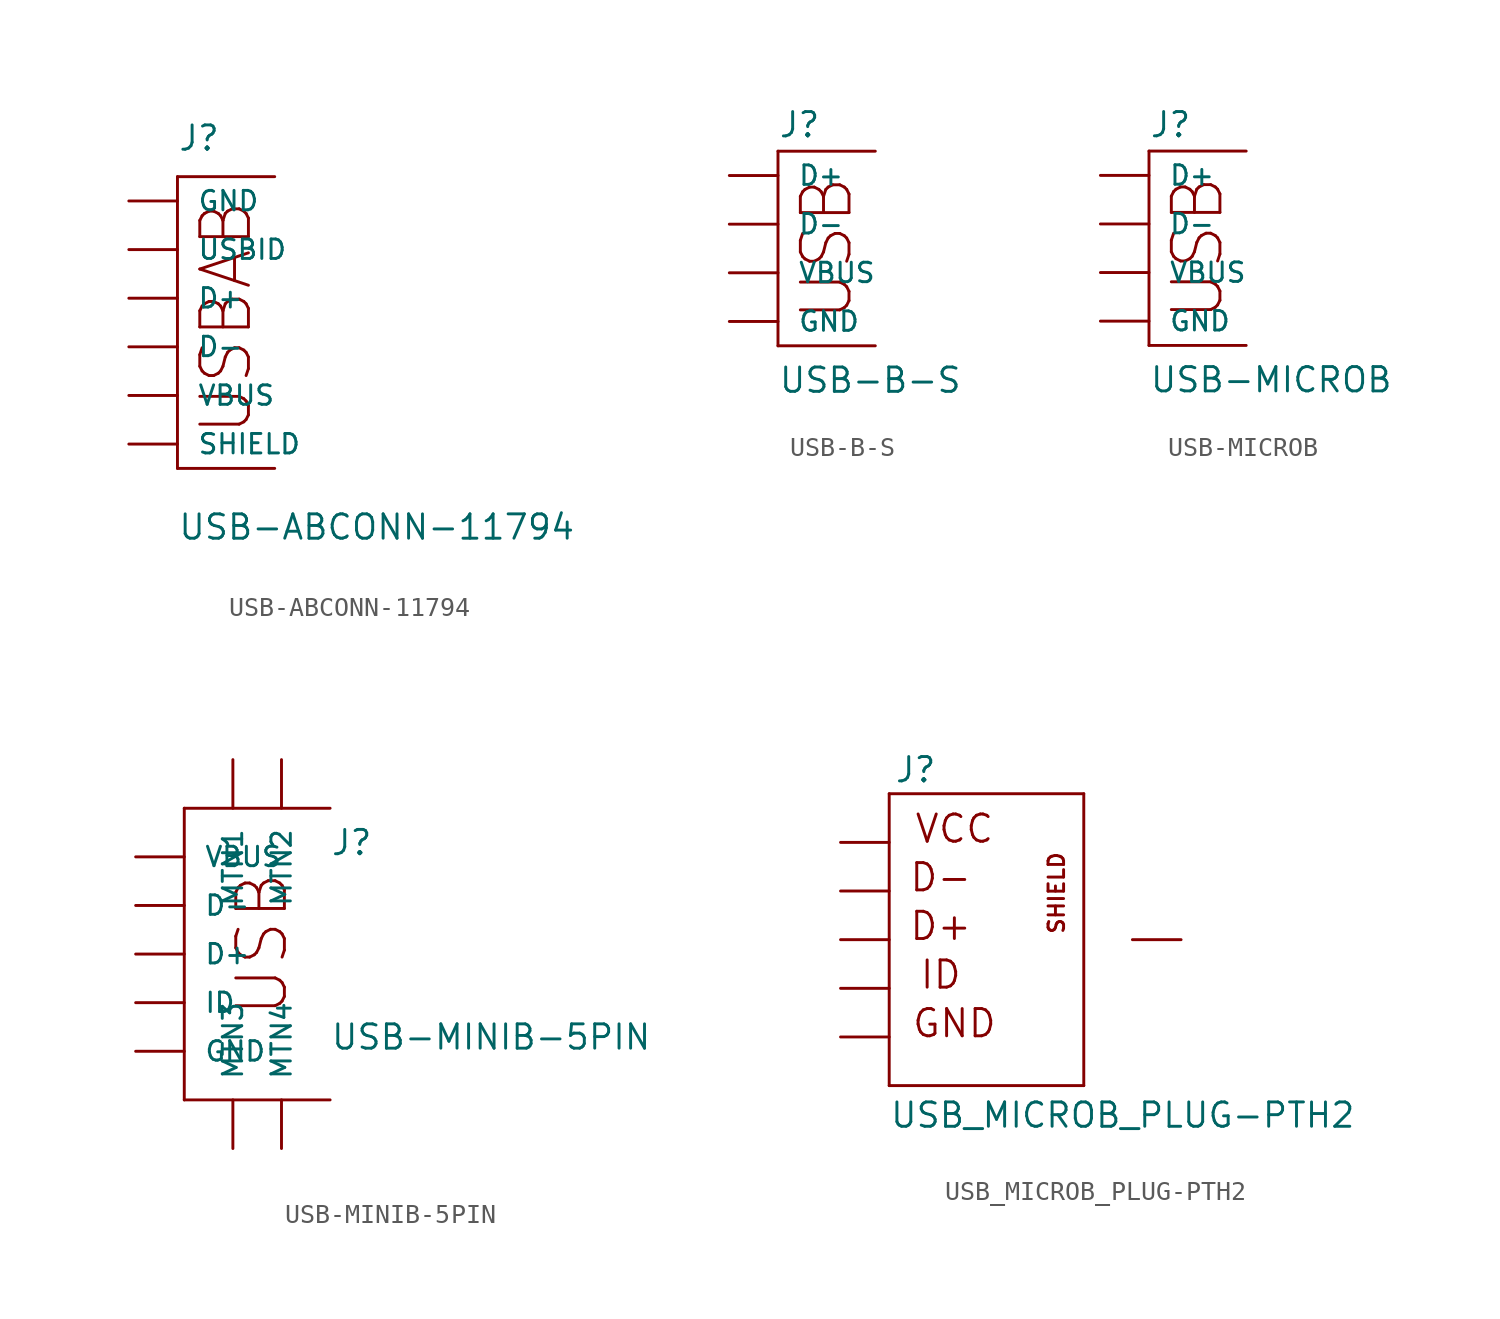
<source format=kicad_sym>
(kicad_symbol_lib
  (version 20211014)
  (generator kicad_symbol_editor)
  (symbol "USB-ABCONN-11794"
    (pin_numbers hide)
    (pin_names
      (offset 1.016))
    (property "Reference" "J"
      (at -2.54 7.62 0)
      (effects (font (size 1.27 1.27)) (justify left bottom)))
    (property "Value" "USB-ABCONN-11794"
      (at -2.54 -12.7 0)
      (effects (font (size 1.27 1.27)) (justify left bottom)))
    (property "Datasheet" ""
      (at 0 0 0)
      (effects (font (size 1.524 1.524))))
    (property "ki_locked" ""
      (at 0 0 0)
      (effects (font (size 1.27 1.27))))
    (symbol "USB-ABCONN-11794_1_0"
      (polyline (pts (xy -2.54 -8.89) (xy 2.54 -8.89)) (stroke (width 0) (type default) (color 0 0 0 0)) (fill (type none)))
      (polyline (pts (xy -2.54 6.35) (xy -2.54 -8.89)) (stroke (width 0) (type default) (color 0 0 0 0)) (fill (type none)))
      (polyline (pts (xy 2.54 6.35) (xy -2.54 6.35)) (stroke (width 0) (type default) (color 0 0 0 0)) (fill (type none)))
      (text "USBAB" (at 0 -1.016 900) (effects (font (size 2.54 2.54)))))
    (symbol "USB-ABCONN-11794_1_1"
      (pin bidirectional line (at -5.08 0 0) (length 2.54) (name "D+" (effects (font (size 1.016 1.016)))) (number "D+1" (effects (font (size 1.016 1.016)))))
      (pin bidirectional line (at -5.08 -2.54 0) (length 2.54) (name "D-" (effects (font (size 1.016 1.016)))) (number "D-1" (effects (font (size 1.016 1.016)))))
      (pin bidirectional line (at -5.08 5.08 0) (length 2.54) (name "GND" (effects (font (size 1.016 1.016)))) (number "GND1" (effects (font (size 1.016 1.016)))))
      (pin bidirectional line (at -5.08 2.54 0) (length 2.54) (name "USBID" (effects (font (size 1.016 1.016)))) (number "ID1" (effects (font (size 1.016 1.016)))))
      (pin bidirectional line (at -5.08 -7.62 0) (length 2.54) (name "SHIELD" (effects (font (size 1.016 1.016)))) (number "SHIE" (effects (font (size 1.016 1.016)))))
      (pin bidirectional line (at -5.08 -7.62 0) (length 2.54) hide (name "SHIELD" (effects (font (size 1.016 1.016)))) (number "SHIE" (effects (font (size 1.016 1.016)))))
      (pin bidirectional line (at -5.08 -7.62 0) (length 2.54) hide (name "SHIELD" (effects (font (size 1.016 1.016)))) (number "SHIE" (effects (font (size 1.016 1.016)))))
      (pin bidirectional line (at -5.08 -5.08 0) (length 2.54) (name "VBUS" (effects (font (size 1.016 1.016)))) (number "VBUS" (effects (font (size 1.016 1.016)))))))
  (symbol "USB-B-S"
    (pin_numbers hide)
    (pin_names
      (offset 1.016))
    (property "Reference" "J"
      (at 0 9.525 0)
      (effects (font (size 1.27 1.27)) (justify left bottom)))
    (property "Value" "USB-B-S"
      (at 0 -3.81 0)
      (effects (font (size 1.27 1.27)) (justify left bottom)))
    (property "Datasheet" ""
      (at 0 0 0)
      (effects (font (size 1.524 1.524))))
    (property "ki_locked" ""
      (at 0 0 0)
      (effects (font (size 1.27 1.27))))
    (symbol "USB-B-S_1_0"
      (polyline (pts (xy 0 -1.27) (xy 5.08 -1.27)) (stroke (width 0) (type default) (color 0 0 0 0)) (fill (type none)))
      (polyline (pts (xy 0 8.89) (xy 0 -1.27)) (stroke (width 0) (type default) (color 0 0 0 0)) (fill (type none)))
      (polyline (pts (xy 5.08 8.89) (xy 0 8.89)) (stroke (width 0) (type default) (color 0 0 0 0)) (fill (type none)))
      (text "USB" (at 2.54 3.81 900) (effects (font (size 2.54 2.54)))))
    (symbol "USB-B-S_1_1"
      (pin bidirectional line (at -2.54 7.62 0) (length 2.54) (name "D+" (effects (font (size 1.016 1.016)))) (number "D+" (effects (font (size 1.016 1.016)))))
      (pin bidirectional line (at -2.54 5.08 0) (length 2.54) (name "D-" (effects (font (size 1.016 1.016)))) (number "D-" (effects (font (size 1.016 1.016)))))
      (pin bidirectional line (at -2.54 0 0) (length 2.54) (name "GND" (effects (font (size 1.016 1.016)))) (number "GND" (effects (font (size 1.016 1.016)))))
      (pin bidirectional line (at -2.54 2.54 0) (length 2.54) (name "VBUS" (effects (font (size 1.016 1.016)))) (number "VUSB" (effects (font (size 1.016 1.016)))))))
  (symbol "USB-MICROB"
    (pin_numbers hide)
    (pin_names
      (offset 1.016))
    (property "Reference" "J"
      (at 0 9.525 0)
      (effects (font (size 1.27 1.27)) (justify left bottom)))
    (property "Value" "USB-MICROB"
      (at 0 -3.81 0)
      (effects (font (size 1.27 1.27)) (justify left bottom)))
    (property "Datasheet" ""
      (at 0 0 0)
      (effects (font (size 1.524 1.524))))
    (property "ki_locked" ""
      (at 0 0 0)
      (effects (font (size 1.27 1.27))))
    (symbol "USB-MICROB_1_0"
      (polyline (pts (xy 0 -1.27) (xy 5.08 -1.27)) (stroke (width 0) (type default) (color 0 0 0 0)) (fill (type none)))
      (polyline (pts (xy 0 8.89) (xy 0 -1.27)) (stroke (width 0) (type default) (color 0 0 0 0)) (fill (type none)))
      (polyline (pts (xy 5.08 8.89) (xy 0 8.89)) (stroke (width 0) (type default) (color 0 0 0 0)) (fill (type none)))
      (text "USB" (at 2.54 3.81 900) (effects (font (size 2.54 2.54)))))
    (symbol "USB-MICROB_1_1"
      (pin bidirectional line (at -2.54 7.62 0) (length 2.54) (name "D+" (effects (font (size 1.016 1.016)))) (number "D+" (effects (font (size 1.016 1.016)))))
      (pin bidirectional line (at -2.54 5.08 0) (length 2.54) (name "D-" (effects (font (size 1.016 1.016)))) (number "D-" (effects (font (size 1.016 1.016)))))
      (pin bidirectional line (at -2.54 0 0) (length 2.54) (name "GND" (effects (font (size 1.016 1.016)))) (number "GND" (effects (font (size 1.016 1.016)))))
      (pin bidirectional line (at -2.54 0 0) (length 2.54) hide (name "GND" (effects (font (size 1.016 1.016)))) (number "MT1" (effects (font (size 1.016 1.016)))))
      (pin bidirectional line (at -2.54 0 0) (length 2.54) hide (name "GND" (effects (font (size 1.016 1.016)))) (number "MT2" (effects (font (size 1.016 1.016)))))
      (pin bidirectional line (at -2.54 2.54 0) (length 2.54) (name "VBUS" (effects (font (size 1.016 1.016)))) (number "VBUS" (effects (font (size 1.016 1.016)))))))
  (symbol "USB-MINIB-5PIN"
    (pin_numbers hide)
    (pin_names
      (offset 1.016))
    (property "Reference" "J"
      (at 7.62 10.16 0)
      (effects (font (size 1.27 1.27)) (justify left bottom)))
    (property "Value" "USB-MINIB-5PIN"
      (at 7.62 0 0)
      (effects (font (size 1.27 1.27)) (justify left bottom)))
    (property "Datasheet" ""
      (at 0 0 0)
      (effects (font (size 1.524 1.524))))
    (property "ki_locked" ""
      (at 0 0 0)
      (effects (font (size 1.27 1.27))))
    (symbol "USB-MINIB-5PIN_1_0"
      (polyline (pts (xy 0 -2.54) (xy 7.62 -2.54)) (stroke (width 0) (type default) (color 0 0 0 0)) (fill (type none)))
      (polyline (pts (xy 0 12.7) (xy 0 -2.54)) (stroke (width 0) (type default) (color 0 0 0 0)) (fill (type none)))
      (polyline (pts (xy 7.62 12.7) (xy 0 12.7)) (stroke (width 0) (type default) (color 0 0 0 0)) (fill (type none)))
      (text "USB" (at 4.064 5.588 900) (effects (font (size 2.54 2.54)))))
    (symbol "USB-MINIB-5PIN_1_1"
      (pin bidirectional line (at -2.54 5.08 0) (length 2.54) (name "D+" (effects (font (size 1.016 1.016)))) (number "D+" (effects (font (size 1.016 1.016)))))
      (pin bidirectional line (at -2.54 7.62 0) (length 2.54) (name "D-" (effects (font (size 1.016 1.016)))) (number "D-" (effects (font (size 1.016 1.016)))))
      (pin bidirectional line (at -2.54 0 0) (length 2.54) (name "GND" (effects (font (size 1.016 1.016)))) (number "GND" (effects (font (size 1.016 1.016)))))
      (pin bidirectional line (at -2.54 2.54 0) (length 2.54) (name "ID" (effects (font (size 1.016 1.016)))) (number "ID" (effects (font (size 1.016 1.016)))))
      (pin bidirectional line (at 5.08 15.24 270) (length 2.54) (name "MTN2" (effects (font (size 1.016 1.016)))) (number "MTN1" (effects (font (size 1.016 1.016)))))
      (pin bidirectional line (at 2.54 -5.08 90) (length 2.54) (name "MTN3" (effects (font (size 1.016 1.016)))) (number "MTN2" (effects (font (size 1.016 1.016)))))
      (pin bidirectional line (at 2.54 15.24 270) (length 2.54) (name "MTN1" (effects (font (size 1.016 1.016)))) (number "MTN3" (effects (font (size 1.016 1.016)))))
      (pin bidirectional line (at 5.08 -5.08 90) (length 2.54) (name "MTN4" (effects (font (size 1.016 1.016)))) (number "MTN4" (effects (font (size 1.016 1.016)))))
      (pin bidirectional line (at -2.54 10.16 0) (length 2.54) (name "VBUS" (effects (font (size 1.016 1.016)))) (number "VBUS" (effects (font (size 1.016 1.016)))))))
  (symbol "USB_MICROB_PLUG-PTH2"
    (pin_numbers hide)
    (pin_names
      (offset 1.016) hide)
    (property "Reference" "J"
      (at -4.826 8.128 0)
      (effects (font (size 1.27 1.27)) (justify left bottom)))
    (property "Value" "USB_MICROB_PLUG-PTH2"
      (at -5.08 -9.906 0)
      (effects (font (size 1.27 1.27)) (justify left bottom)))
    (property "Datasheet" ""
      (at 0 0 0)
      (effects (font (size 1.524 1.524))))
    (property "ki_locked" ""
      (at 0 0 0)
      (effects (font (size 1.27 1.27))))
    (symbol "USB_MICROB_PLUG-PTH2_1_0"
      (polyline (pts (xy -5.08 -7.62) (xy 5.08 -7.62)) (stroke (width 0) (type default) (color 0 0 0 0)) (fill (type none)))
      (polyline (pts (xy -5.08 7.62) (xy -5.08 -7.62)) (stroke (width 0) (type default) (color 0 0 0 0)) (fill (type none)))
      (polyline (pts (xy 5.08 -7.62) (xy 5.08 7.62)) (stroke (width 0) (type default) (color 0 0 0 0)) (fill (type none)))
      (polyline (pts (xy 5.08 7.62) (xy -5.08 7.62)) (stroke (width 0) (type default) (color 0 0 0 0)) (fill (type none)))
      (polyline (pts (xy 7.62 0) (xy 10.16 0)) (stroke (width 0) (type default) (color 0 0 0 0)) (fill (type none)))
      (text "D+" (at -2.388 0.711 0) (effects (font (size 1.422 1.422))))
      (text "D-" (at -2.388 3.251 0) (effects (font (size 1.422 1.422))))
      (text "GND" (at -1.676 -4.369 0) (effects (font (size 1.422 1.422))))
      (text "ID" (at -2.388 -1.829 0) (effects (font (size 1.422 1.422))))
      (text "SHIELD" (at 3.658 2.438 900) (effects (font (size 0.813 0.813))))
      (text "VCC" (at -1.676 5.791 0) (effects (font (size 1.422 1.422)))))
    (symbol "USB_MICROB_PLUG-PTH2_1_1"
      (pin bidirectional line (at -7.62 5.08 0) (length 2.54) (name "VCC" (effects (font (size 1.016 1.016)))) (number "1" (effects (font (size 1.016 1.016)))))
      (pin bidirectional line (at -7.62 2.54 0) (length 2.54) (name "D-" (effects (font (size 1.016 1.016)))) (number "2" (effects (font (size 1.016 1.016)))))
      (pin bidirectional line (at -7.62 0 0) (length 2.54) (name "D+" (effects (font (size 1.016 1.016)))) (number "3" (effects (font (size 1.016 1.016)))))
      (pin bidirectional line (at -7.62 -2.54 0) (length 2.54) (name "ID" (effects (font (size 1.016 1.016)))) (number "4" (effects (font (size 1.016 1.016)))))
      (pin bidirectional line (at -7.62 -5.08 0) (length 2.54) (name "GND" (effects (font (size 1.016 1.016)))) (number "5" (effects (font (size 1.016 1.016)))))
      (pin bidirectional line (at 7.62 0 180) (length 2.54) hide (name "SHIELD" (effects (font (size 1.016 1.016)))) (number "~" (effects (font (size 1.016 1.016))))))))
</source>
